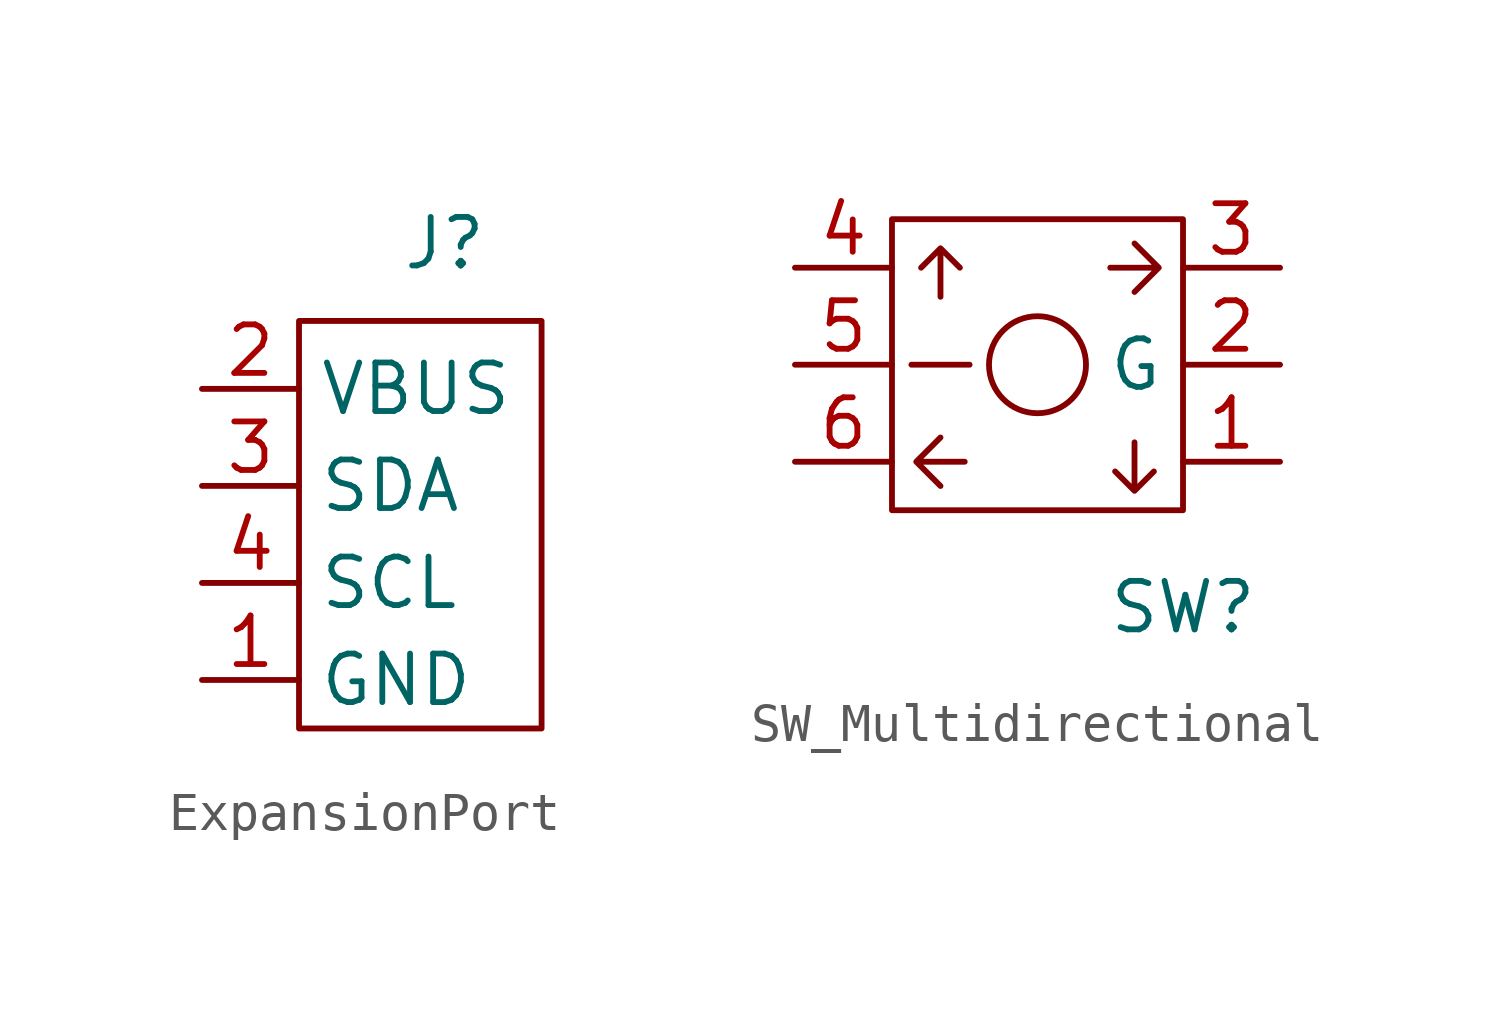
<source format=kicad_sym>
(kicad_symbol_lib
  (version 20241209)
  (generator "kicad_symbol_editor")
  (generator_version "9.0")
  (symbol "ExpansionPort"
    (property "Reference" "J"
      (at 1.27 7.62 0)
      (effects (font (size 1.27 1.27))))
    (property "Value" ""
      (at -2.54 6.35 0)
      (effects (font (size 1.27 1.27))))
    (symbol "ExpansionPort_0_1"
      (rectangle (start -2.54 5.588) (end 3.81 -5.08) (stroke (width 0) (type default)) (fill (type none))))
    (symbol "ExpansionPort_1_1"
      (pin bidirectional line (at -5.08 3.81 0) (length 2.54) (name "VBUS" (effects (font (size 1.27 1.27)))) (number "2" (effects (font (size 1.27 1.27)))))
      (pin bidirectional line (at -5.08 1.27 0) (length 2.54) (name "SDA" (effects (font (size 1.27 1.27)))) (number "3" (effects (font (size 1.27 1.27)))))
      (pin bidirectional line (at -5.08 -1.27 0) (length 2.54) (name "SCL" (effects (font (size 1.27 1.27)))) (number "4" (effects (font (size 1.27 1.27)))))
      (pin bidirectional line (at -5.08 -3.81 0) (length 2.54) (name "GND" (effects (font (size 1.27 1.27)))) (number "1" (effects (font (size 1.27 1.27)))))))
  (symbol "SW_Multidirectional"
    (property "Reference" "SW"
      (at 3.81 -6.35 0)
      (effects (font (size 1.27 1.27))))
    (property "Value" ""
      (at 0 0 0)
      (effects (font (size 1.27 1.27))))
    (symbol "SW_Multidirectional_0_1"
      (polyline (pts (xy -3.175 -2.54) (xy -2.54 -1.905) (xy -3.175 -2.54) (xy -2.54 -3.175) (xy -3.175 -2.54) (xy -1.905 -2.54)) (stroke (width 0) (type default)) (fill (type none)))
      (polyline (pts (xy -2.54 1.778) (xy -2.54 3.048) (xy -2.032 2.54) (xy -2.54 3.048) (xy -3.048 2.54)) (stroke (width 0) (type default)) (fill (type none)))
      (polyline (pts (xy -1.778 0) (xy -3.302 0)) (stroke (width 0) (type default)) (fill (type none)))
      (circle (center 0 0) (radius 1.27) (stroke (width 0) (type default)) (fill (type none)))
      (polyline (pts (xy 2.54 -2.032) (xy 2.54 -3.302) (xy 3.048 -2.794) (xy 2.54 -3.302) (xy 2.032 -2.794)) (stroke (width 0) (type default)) (fill (type none)))
      (polyline (pts (xy 3.175 2.54) (xy 2.54 3.175) (xy 3.175 2.54) (xy 2.54 1.905) (xy 3.175 2.54) (xy 1.905 2.54)) (stroke (width 0) (type default)) (fill (type none)))
      (rectangle (start 3.81 -3.81) (end -3.81 3.81) (stroke (width 0) (type default)) (fill (type none))))
    (symbol "SW_Multidirectional_1_1"
      (pin bidirectional line (at -6.35 2.54 0) (length 2.54) (name "" (effects (font (size 1.27 1.27)))) (number "4" (effects (font (size 1.27 1.27)))))
      (pin bidirectional line (at -6.35 0 0) (length 2.54) (name "" (effects (font (size 1.27 1.27)))) (number "5" (effects (font (size 1.27 1.27)))))
      (pin bidirectional line (at -6.35 -2.54 0) (length 2.54) (name "" (effects (font (size 1.27 1.27)))) (number "6" (effects (font (size 1.27 1.27)))))
      (pin bidirectional line (at 6.35 2.54 180) (length 2.54) (name "" (effects (font (size 1.27 1.27)))) (number "3" (effects (font (size 1.27 1.27)))))
      (pin bidirectional line (at 6.35 0 180) (length 2.54) (name "G" (effects (font (size 1.27 1.27)))) (number "2" (effects (font (size 1.27 1.27)))))
      (pin bidirectional line (at 6.35 -2.54 180) (length 2.54) (name "" (effects (font (size 1.27 1.27)))) (number "1" (effects (font (size 1.27 1.27))))))))
</source>
